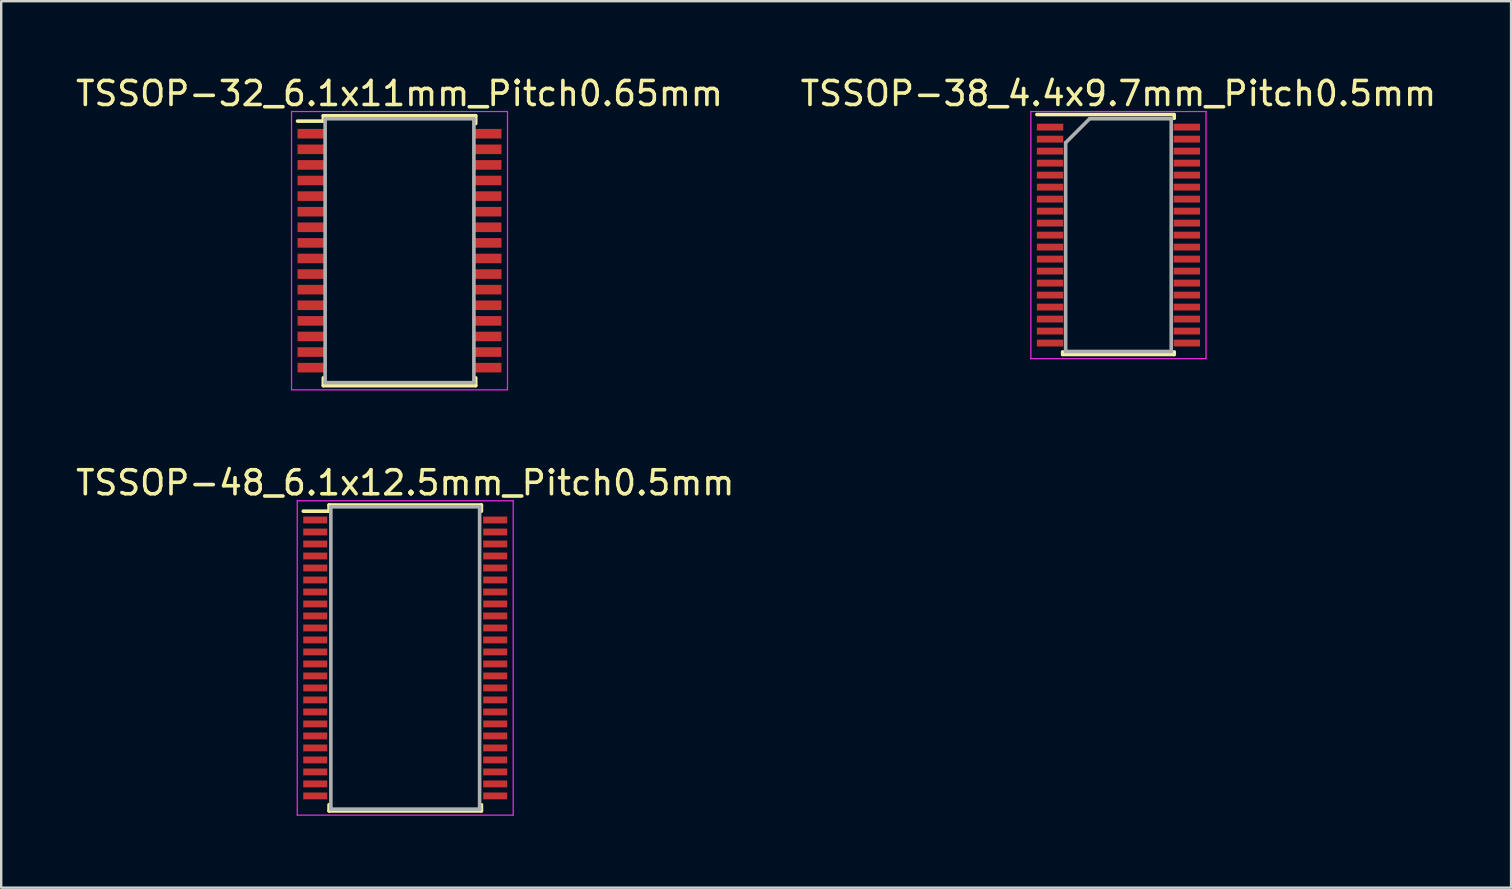
<source format=kicad_pcb>
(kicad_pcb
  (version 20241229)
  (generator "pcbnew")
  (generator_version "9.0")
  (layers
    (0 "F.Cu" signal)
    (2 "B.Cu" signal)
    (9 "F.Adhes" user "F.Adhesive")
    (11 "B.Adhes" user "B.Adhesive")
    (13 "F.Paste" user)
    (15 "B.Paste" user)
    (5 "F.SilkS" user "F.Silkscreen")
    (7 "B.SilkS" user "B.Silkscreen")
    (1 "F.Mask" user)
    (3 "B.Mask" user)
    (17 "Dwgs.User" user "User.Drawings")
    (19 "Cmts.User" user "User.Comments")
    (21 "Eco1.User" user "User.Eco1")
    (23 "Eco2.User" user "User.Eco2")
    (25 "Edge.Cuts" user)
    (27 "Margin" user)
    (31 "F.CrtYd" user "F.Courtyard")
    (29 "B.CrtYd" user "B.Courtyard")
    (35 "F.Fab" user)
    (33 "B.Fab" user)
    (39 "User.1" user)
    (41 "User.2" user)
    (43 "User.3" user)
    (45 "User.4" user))
  (footprint "TSSOP-48_6.1x12.5mm_Pitch0.5mm"
    (layer "F.Cu")
    (at 13.839 24.372)
    (property "Reference" "TSSOP-48_6.1x12.5mm_Pitch0.5mm" (at 0 -7.3 0) (layer "F.SilkS") (effects (font (size 1 1) (thickness 0.15))))
    (attr smd)
    (fp_line (start -3.175 -6.375) (end -3.175 -6.117) (stroke (width 0.15) (type solid)) (layer "F.SilkS"))
    (fp_line (start -3.175 -6.375) (end 3.175 -6.375) (stroke (width 0.15) (type solid)) (layer "F.SilkS"))
    (fp_line (start -3.175 -6.117) (end -4.25 -6.117) (stroke (width 0.15) (type solid)) (layer "F.SilkS"))
    (fp_line (start -3.175 6.375) (end -3.175 6.117) (stroke (width 0.15) (type solid)) (layer "F.SilkS"))
    (fp_line (start -3.175 6.375) (end 3.175 6.375) (stroke (width 0.15) (type solid)) (layer "F.SilkS"))
    (fp_line (start 3.175 -6.375) (end 3.175 -6.117) (stroke (width 0.15) (type solid)) (layer "F.SilkS"))
    (fp_line (start 3.175 6.375) (end 3.175 6.117) (stroke (width 0.15) (type solid)) (layer "F.SilkS"))
    (fp_line (start -4.5 -6.55) (end -4.5 6.55) (stroke (width 0.05) (type solid)) (layer "F.CrtYd"))
    (fp_line (start -4.5 -6.55) (end 4.5 -6.55) (stroke (width 0.05) (type solid)) (layer "F.CrtYd"))
    (fp_line (start -4.5 6.55) (end 4.5 6.55) (stroke (width 0.05) (type solid)) (layer "F.CrtYd"))
    (fp_line (start 4.5 -6.55) (end 4.5 6.55) (stroke (width 0.05) (type solid)) (layer "F.CrtYd"))
    (fp_line (start -3.1 -6.3) (end 3.1 -6.3) (stroke (width 0.15) (type solid)) (layer "F.Fab"))
    (fp_line (start -3.1 6.3) (end -3.1 -6.3) (stroke (width 0.15) (type solid)) (layer "F.Fab"))
    (fp_line (start 3.1 -6.3) (end 3.1 6.3) (stroke (width 0.15) (type solid)) (layer "F.Fab"))
    (fp_line (start 3.1 6.3) (end -3.1 6.3) (stroke (width 0.15) (type solid)) (layer "F.Fab"))
    (pad "1" smd rect (at -3.75 -5.75) (size 1 0.285) (layers "F.Cu" "F.Mask" "F.Paste"))
    (pad "2" smd rect (at -3.75 -5.25) (size 1 0.285) (layers "F.Cu" "F.Mask" "F.Paste"))
    (pad "3" smd rect (at -3.75 -4.75) (size 1 0.285) (layers "F.Cu" "F.Mask" "F.Paste"))
    (pad "4" smd rect (at -3.75 -4.25) (size 1 0.285) (layers "F.Cu" "F.Mask" "F.Paste"))
    (pad "5" smd rect (at -3.75 -3.75) (size 1 0.285) (layers "F.Cu" "F.Mask" "F.Paste"))
    (pad "6" smd rect (at -3.75 -3.25) (size 1 0.285) (layers "F.Cu" "F.Mask" "F.Paste"))
    (pad "7" smd rect (at -3.75 -2.75) (size 1 0.285) (layers "F.Cu" "F.Mask" "F.Paste"))
    (pad "8" smd rect (at -3.75 -2.25) (size 1 0.285) (layers "F.Cu" "F.Mask" "F.Paste"))
    (pad "9" smd rect (at -3.75 -1.75) (size 1 0.285) (layers "F.Cu" "F.Mask" "F.Paste"))
    (pad "10" smd rect (at -3.75 -1.25) (size 1 0.285) (layers "F.Cu" "F.Mask" "F.Paste"))
    (pad "11" smd rect (at -3.75 -0.75) (size 1 0.285) (layers "F.Cu" "F.Mask" "F.Paste"))
    (pad "12" smd rect (at -3.75 -0.25) (size 1 0.285) (layers "F.Cu" "F.Mask" "F.Paste"))
    (pad "13" smd rect (at -3.75 0.25) (size 1 0.285) (layers "F.Cu" "F.Mask" "F.Paste"))
    (pad "14" smd rect (at -3.75 0.75) (size 1 0.285) (layers "F.Cu" "F.Mask" "F.Paste"))
    (pad "15" smd rect (at -3.75 1.25) (size 1 0.285) (layers "F.Cu" "F.Mask" "F.Paste"))
    (pad "16" smd rect (at -3.75 1.75) (size 1 0.285) (layers "F.Cu" "F.Mask" "F.Paste"))
    (pad "17" smd rect (at -3.75 2.25) (size 1 0.285) (layers "F.Cu" "F.Mask" "F.Paste"))
    (pad "18" smd rect (at -3.75 2.75) (size 1 0.285) (layers "F.Cu" "F.Mask" "F.Paste"))
    (pad "19" smd rect (at -3.75 3.25) (size 1 0.285) (layers "F.Cu" "F.Mask" "F.Paste"))
    (pad "20" smd rect (at -3.75 3.75) (size 1 0.285) (layers "F.Cu" "F.Mask" "F.Paste"))
    (pad "21" smd rect (at -3.75 4.25) (size 1 0.285) (layers "F.Cu" "F.Mask" "F.Paste"))
    (pad "22" smd rect (at -3.75 4.75) (size 1 0.285) (layers "F.Cu" "F.Mask" "F.Paste"))
    (pad "23" smd rect (at -3.75 5.25) (size 1 0.285) (layers "F.Cu" "F.Mask" "F.Paste"))
    (pad "24" smd rect (at -3.75 5.75) (size 1 0.285) (layers "F.Cu" "F.Mask" "F.Paste"))
    (pad "25" smd rect (at 3.75 5.75) (size 1 0.285) (layers "F.Cu" "F.Mask" "F.Paste"))
    (pad "26" smd rect (at 3.75 5.25) (size 1 0.285) (layers "F.Cu" "F.Mask" "F.Paste"))
    (pad "27" smd rect (at 3.75 4.75) (size 1 0.285) (layers "F.Cu" "F.Mask" "F.Paste"))
    (pad "28" smd rect (at 3.75 4.25) (size 1 0.285) (layers "F.Cu" "F.Mask" "F.Paste"))
    (pad "29" smd rect (at 3.75 3.75) (size 1 0.285) (layers "F.Cu" "F.Mask" "F.Paste"))
    (pad "30" smd rect (at 3.75 3.25) (size 1 0.285) (layers "F.Cu" "F.Mask" "F.Paste"))
    (pad "31" smd rect (at 3.75 2.75) (size 1 0.285) (layers "F.Cu" "F.Mask" "F.Paste"))
    (pad "32" smd rect (at 3.75 2.25) (size 1 0.285) (layers "F.Cu" "F.Mask" "F.Paste"))
    (pad "33" smd rect (at 3.75 1.75) (size 1 0.285) (layers "F.Cu" "F.Mask" "F.Paste"))
    (pad "34" smd rect (at 3.75 1.25) (size 1 0.285) (layers "F.Cu" "F.Mask" "F.Paste"))
    (pad "35" smd rect (at 3.75 0.75) (size 1 0.285) (layers "F.Cu" "F.Mask" "F.Paste"))
    (pad "36" smd rect (at 3.75 0.25) (size 1 0.285) (layers "F.Cu" "F.Mask" "F.Paste"))
    (pad "37" smd rect (at 3.75 -0.25) (size 1 0.285) (layers "F.Cu" "F.Mask" "F.Paste"))
    (pad "38" smd rect (at 3.75 -0.75) (size 1 0.285) (layers "F.Cu" "F.Mask" "F.Paste"))
    (pad "39" smd rect (at 3.75 -1.25) (size 1 0.285) (layers "F.Cu" "F.Mask" "F.Paste"))
    (pad "40" smd rect (at 3.75 -1.75) (size 1 0.285) (layers "F.Cu" "F.Mask" "F.Paste"))
    (pad "41" smd rect (at 3.75 -2.25) (size 1 0.285) (layers "F.Cu" "F.Mask" "F.Paste"))
    (pad "42" smd rect (at 3.75 -2.75) (size 1 0.285) (layers "F.Cu" "F.Mask" "F.Paste"))
    (pad "43" smd rect (at 3.75 -3.25) (size 1 0.285) (layers "F.Cu" "F.Mask" "F.Paste"))
    (pad "44" smd rect (at 3.75 -3.75) (size 1 0.285) (layers "F.Cu" "F.Mask" "F.Paste"))
    (pad "45" smd rect (at 3.75 -4.25) (size 1 0.285) (layers "F.Cu" "F.Mask" "F.Paste"))
    (pad "46" smd rect (at 3.75 -4.75) (size 1 0.285) (layers "F.Cu" "F.Mask" "F.Paste"))
    (pad "47" smd rect (at 3.75 -5.25) (size 1 0.285) (layers "F.Cu" "F.Mask" "F.Paste"))
    (pad "48" smd rect (at 3.75 -5.75) (size 1 0.285) (layers "F.Cu" "F.Mask" "F.Paste")))
  (footprint "TSSOP-38_4.4x9.7mm_Pitch0.5mm"
    (layer "F.Cu")
    (at 43.565 6.748)
    (property "Reference" "TSSOP-38_4.4x9.7mm_Pitch0.5mm" (at 0 -5.9 0) (layer "F.SilkS") (effects (font (size 1 1) (thickness 0.15))))
    (attr smd)
    (fp_line (start -3.4 -5.025) (end 2.325 -5.025) (stroke (width 0.15) (type solid)) (layer "F.SilkS"))
    (fp_line (start -2.325 4.975) (end -2.325 4.867) (stroke (width 0.15) (type solid)) (layer "F.SilkS"))
    (fp_line (start -2.325 4.975) (end 2.325 4.975) (stroke (width 0.15) (type solid)) (layer "F.SilkS"))
    (fp_line (start 2.325 -4.975) (end 2.325 -4.867) (stroke (width 0.15) (type solid)) (layer "F.SilkS"))
    (fp_line (start 2.325 4.975) (end 2.325 4.867) (stroke (width 0.15) (type solid)) (layer "F.SilkS"))
    (fp_line (start -3.65 -5.15) (end -3.65 5.15) (stroke (width 0.05) (type solid)) (layer "F.CrtYd"))
    (fp_line (start -3.65 -5.15) (end 3.65 -5.15) (stroke (width 0.05) (type solid)) (layer "F.CrtYd"))
    (fp_line (start -3.65 5.15) (end 3.65 5.15) (stroke (width 0.05) (type solid)) (layer "F.CrtYd"))
    (fp_line (start 3.65 -5.15) (end 3.65 5.15) (stroke (width 0.05) (type solid)) (layer "F.CrtYd"))
    (fp_line (start -2.2 -3.85) (end -1.2 -4.85) (stroke (width 0.15) (type solid)) (layer "F.Fab"))
    (fp_line (start -2.2 4.85) (end -2.2 -3.85) (stroke (width 0.15) (type solid)) (layer "F.Fab"))
    (fp_line (start -1.2 -4.85) (end 2.2 -4.85) (stroke (width 0.15) (type solid)) (layer "F.Fab"))
    (fp_line (start 2.2 -4.85) (end 2.2 4.85) (stroke (width 0.15) (type solid)) (layer "F.Fab"))
    (fp_line (start 2.2 4.85) (end -2.2 4.85) (stroke (width 0.15) (type solid)) (layer "F.Fab"))
    (pad "1" smd rect (at -2.85 -4.5) (size 1.1 0.285) (layers "F.Cu" "F.Mask" "F.Paste"))
    (pad "2" smd rect (at -2.85 -4) (size 1.1 0.285) (layers "F.Cu" "F.Mask" "F.Paste"))
    (pad "3" smd rect (at -2.85 -3.5) (size 1.1 0.285) (layers "F.Cu" "F.Mask" "F.Paste"))
    (pad "4" smd rect (at -2.85 -3) (size 1.1 0.285) (layers "F.Cu" "F.Mask" "F.Paste"))
    (pad "5" smd rect (at -2.85 -2.5) (size 1.1 0.285) (layers "F.Cu" "F.Mask" "F.Paste"))
    (pad "6" smd rect (at -2.85 -2) (size 1.1 0.285) (layers "F.Cu" "F.Mask" "F.Paste"))
    (pad "7" smd rect (at -2.85 -1.5) (size 1.1 0.285) (layers "F.Cu" "F.Mask" "F.Paste"))
    (pad "8" smd rect (at -2.85 -1) (size 1.1 0.285) (layers "F.Cu" "F.Mask" "F.Paste"))
    (pad "9" smd rect (at -2.85 -0.5) (size 1.1 0.285) (layers "F.Cu" "F.Mask" "F.Paste"))
    (pad "10" smd rect (at -2.85 0) (size 1.1 0.285) (layers "F.Cu" "F.Mask" "F.Paste"))
    (pad "11" smd rect (at -2.85 0.5) (size 1.1 0.285) (layers "F.Cu" "F.Mask" "F.Paste"))
    (pad "12" smd rect (at -2.85 1) (size 1.1 0.285) (layers "F.Cu" "F.Mask" "F.Paste"))
    (pad "13" smd rect (at -2.85 1.5) (size 1.1 0.285) (layers "F.Cu" "F.Mask" "F.Paste"))
    (pad "14" smd rect (at -2.85 2) (size 1.1 0.285) (layers "F.Cu" "F.Mask" "F.Paste"))
    (pad "15" smd rect (at -2.85 2.5) (size 1.1 0.285) (layers "F.Cu" "F.Mask" "F.Paste"))
    (pad "16" smd rect (at -2.85 3) (size 1.1 0.285) (layers "F.Cu" "F.Mask" "F.Paste"))
    (pad "17" smd rect (at -2.85 3.5) (size 1.1 0.285) (layers "F.Cu" "F.Mask" "F.Paste"))
    (pad "18" smd rect (at -2.85 4) (size 1.1 0.285) (layers "F.Cu" "F.Mask" "F.Paste"))
    (pad "19" smd rect (at -2.85 4.5) (size 1.1 0.285) (layers "F.Cu" "F.Mask" "F.Paste"))
    (pad "20" smd rect (at 2.85 4.5) (size 1.1 0.285) (layers "F.Cu" "F.Mask" "F.Paste"))
    (pad "21" smd rect (at 2.85 4) (size 1.1 0.285) (layers "F.Cu" "F.Mask" "F.Paste"))
    (pad "22" smd rect (at 2.85 3.5) (size 1.1 0.285) (layers "F.Cu" "F.Mask" "F.Paste"))
    (pad "23" smd rect (at 2.85 3) (size 1.1 0.285) (layers "F.Cu" "F.Mask" "F.Paste"))
    (pad "24" smd rect (at 2.85 2.5) (size 1.1 0.285) (layers "F.Cu" "F.Mask" "F.Paste"))
    (pad "25" smd rect (at 2.85 2) (size 1.1 0.285) (layers "F.Cu" "F.Mask" "F.Paste"))
    (pad "26" smd rect (at 2.85 1.5) (size 1.1 0.285) (layers "F.Cu" "F.Mask" "F.Paste"))
    (pad "27" smd rect (at 2.85 1) (size 1.1 0.285) (layers "F.Cu" "F.Mask" "F.Paste"))
    (pad "28" smd rect (at 2.85 0.5) (size 1.1 0.285) (layers "F.Cu" "F.Mask" "F.Paste"))
    (pad "29" smd rect (at 2.85 0) (size 1.1 0.285) (layers "F.Cu" "F.Mask" "F.Paste"))
    (pad "30" smd rect (at 2.85 -0.5) (size 1.1 0.285) (layers "F.Cu" "F.Mask" "F.Paste"))
    (pad "31" smd rect (at 2.85 -1) (size 1.1 0.285) (layers "F.Cu" "F.Mask" "F.Paste"))
    (pad "32" smd rect (at 2.85 -1.5) (size 1.1 0.285) (layers "F.Cu" "F.Mask" "F.Paste"))
    (pad "33" smd rect (at 2.85 -2) (size 1.1 0.285) (layers "F.Cu" "F.Mask" "F.Paste"))
    (pad "34" smd rect (at 2.85 -2.5) (size 1.1 0.285) (layers "F.Cu" "F.Mask" "F.Paste"))
    (pad "35" smd rect (at 2.85 -3) (size 1.1 0.285) (layers "F.Cu" "F.Mask" "F.Paste"))
    (pad "36" smd rect (at 2.85 -3.5) (size 1.1 0.285) (layers "F.Cu" "F.Mask" "F.Paste"))
    (pad "37" smd rect (at 2.85 -4) (size 1.1 0.285) (layers "F.Cu" "F.Mask" "F.Paste"))
    (pad "38" smd rect (at 2.85 -4.5) (size 1.1 0.285) (layers "F.Cu" "F.Mask" "F.Paste")))
  (footprint "TSSOP-32_6.1x11mm_Pitch0.65mm"
    (layer "F.Cu")
    (at 13.601 7.398)
    (property "Reference" "TSSOP-32_6.1x11mm_Pitch0.65mm" (at 0 -6.55 0) (layer "F.SilkS") (effects (font (size 1 1) (thickness 0.15))))
    (attr smd)
    (fp_line (start -3.175 -5.625) (end -3.175 -5.4) (stroke (width 0.15) (type solid)) (layer "F.SilkS"))
    (fp_line (start -3.175 -5.625) (end 3.175 -5.625) (stroke (width 0.15) (type solid)) (layer "F.SilkS"))
    (fp_line (start -3.175 -5.4) (end -4.25 -5.4) (stroke (width 0.15) (type solid)) (layer "F.SilkS"))
    (fp_line (start -3.175 5.625) (end -3.175 5.3) (stroke (width 0.15) (type solid)) (layer "F.SilkS"))
    (fp_line (start -3.175 5.625) (end 3.175 5.625) (stroke (width 0.15) (type solid)) (layer "F.SilkS"))
    (fp_line (start 3.175 -5.625) (end 3.175 -5.3) (stroke (width 0.15) (type solid)) (layer "F.SilkS"))
    (fp_line (start 3.175 5.625) (end 3.175 5.3) (stroke (width 0.15) (type solid)) (layer "F.SilkS"))
    (fp_line (start -4.5 -5.8) (end -4.5 5.8) (stroke (width 0.05) (type solid)) (layer "F.CrtYd"))
    (fp_line (start -4.5 -5.8) (end 4.5 -5.8) (stroke (width 0.05) (type solid)) (layer "F.CrtYd"))
    (fp_line (start -4.5 5.8) (end 4.5 5.8) (stroke (width 0.05) (type solid)) (layer "F.CrtYd"))
    (fp_line (start 4.5 -5.8) (end 4.5 5.8) (stroke (width 0.05) (type solid)) (layer "F.CrtYd"))
    (fp_line (start -3.1 -5.5) (end 3.1 -5.5) (stroke (width 0.15) (type solid)) (layer "F.Fab"))
    (fp_line (start -3.1 5.5) (end -3.1 -5.5) (stroke (width 0.15) (type solid)) (layer "F.Fab"))
    (fp_line (start 3.1 -5.5) (end 3.1 5.5) (stroke (width 0.15) (type solid)) (layer "F.Fab"))
    (fp_line (start 3.1 5.5) (end -3.1 5.5) (stroke (width 0.15) (type solid)) (layer "F.Fab"))
    (pad "1" smd rect (at -3.65 -4.875) (size 1.2 0.4) (layers "F.Cu" "F.Mask" "F.Paste"))
    (pad "2" smd rect (at -3.65 -4.225) (size 1.2 0.4) (layers "F.Cu" "F.Mask" "F.Paste"))
    (pad "3" smd rect (at -3.65 -3.575) (size 1.2 0.4) (layers "F.Cu" "F.Mask" "F.Paste"))
    (pad "4" smd rect (at -3.65 -2.925) (size 1.2 0.4) (layers "F.Cu" "F.Mask" "F.Paste"))
    (pad "5" smd rect (at -3.65 -2.275) (size 1.2 0.4) (layers "F.Cu" "F.Mask" "F.Paste"))
    (pad "6" smd rect (at -3.65 -1.625) (size 1.2 0.4) (layers "F.Cu" "F.Mask" "F.Paste"))
    (pad "7" smd rect (at -3.65 -0.975) (size 1.2 0.4) (layers "F.Cu" "F.Mask" "F.Paste"))
    (pad "8" smd rect (at -3.65 -0.325) (size 1.2 0.4) (layers "F.Cu" "F.Mask" "F.Paste"))
    (pad "9" smd rect (at -3.65 0.325) (size 1.2 0.4) (layers "F.Cu" "F.Mask" "F.Paste"))
    (pad "10" smd rect (at -3.65 0.975) (size 1.2 0.4) (layers "F.Cu" "F.Mask" "F.Paste"))
    (pad "11" smd rect (at -3.65 1.625) (size 1.2 0.4) (layers "F.Cu" "F.Mask" "F.Paste"))
    (pad "12" smd rect (at -3.65 2.275) (size 1.2 0.4) (layers "F.Cu" "F.Mask" "F.Paste"))
    (pad "13" smd rect (at -3.65 2.925) (size 1.2 0.4) (layers "F.Cu" "F.Mask" "F.Paste"))
    (pad "14" smd rect (at -3.65 3.575) (size 1.2 0.4) (layers "F.Cu" "F.Mask" "F.Paste"))
    (pad "15" smd rect (at -3.65 4.225) (size 1.2 0.4) (layers "F.Cu" "F.Mask" "F.Paste"))
    (pad "16" smd rect (at -3.65 4.875) (size 1.2 0.4) (layers "F.Cu" "F.Mask" "F.Paste"))
    (pad "17" smd rect (at 3.65 4.875) (size 1.2 0.4) (layers "F.Cu" "F.Mask" "F.Paste"))
    (pad "18" smd rect (at 3.65 4.225) (size 1.2 0.4) (layers "F.Cu" "F.Mask" "F.Paste"))
    (pad "19" smd rect (at 3.65 3.575) (size 1.2 0.4) (layers "F.Cu" "F.Mask" "F.Paste"))
    (pad "20" smd rect (at 3.65 2.925) (size 1.2 0.4) (layers "F.Cu" "F.Mask" "F.Paste"))
    (pad "21" smd rect (at 3.65 2.275) (size 1.2 0.4) (layers "F.Cu" "F.Mask" "F.Paste"))
    (pad "22" smd rect (at 3.65 1.625) (size 1.2 0.4) (layers "F.Cu" "F.Mask" "F.Paste"))
    (pad "23" smd rect (at 3.65 0.975) (size 1.2 0.4) (layers "F.Cu" "F.Mask" "F.Paste"))
    (pad "24" smd rect (at 3.65 0.325) (size 1.2 0.4) (layers "F.Cu" "F.Mask" "F.Paste"))
    (pad "25" smd rect (at 3.65 -0.325) (size 1.2 0.4) (layers "F.Cu" "F.Mask" "F.Paste"))
    (pad "26" smd rect (at 3.65 -0.975) (size 1.2 0.4) (layers "F.Cu" "F.Mask" "F.Paste"))
    (pad "27" smd rect (at 3.65 -1.625) (size 1.2 0.4) (layers "F.Cu" "F.Mask" "F.Paste"))
    (pad "28" smd rect (at 3.65 -2.275) (size 1.2 0.4) (layers "F.Cu" "F.Mask" "F.Paste"))
    (pad "29" smd rect (at 3.65 -2.925) (size 1.2 0.4) (layers "F.Cu" "F.Mask" "F.Paste"))
    (pad "30" smd rect (at 3.65 -3.575) (size 1.2 0.4) (layers "F.Cu" "F.Mask" "F.Paste"))
    (pad "31" smd rect (at 3.65 -4.225) (size 1.2 0.4) (layers "F.Cu" "F.Mask" "F.Paste"))
    (pad "32" smd rect (at 3.65 -4.875) (size 1.2 0.4) (layers "F.Cu" "F.Mask" "F.Paste")))
  (gr_rect
    (start -3 -3)
    (end 59.929 33.947)
    (stroke (width 0.1) (type default))
    (fill no)
    (layer "Edge.Cuts")))
</source>
